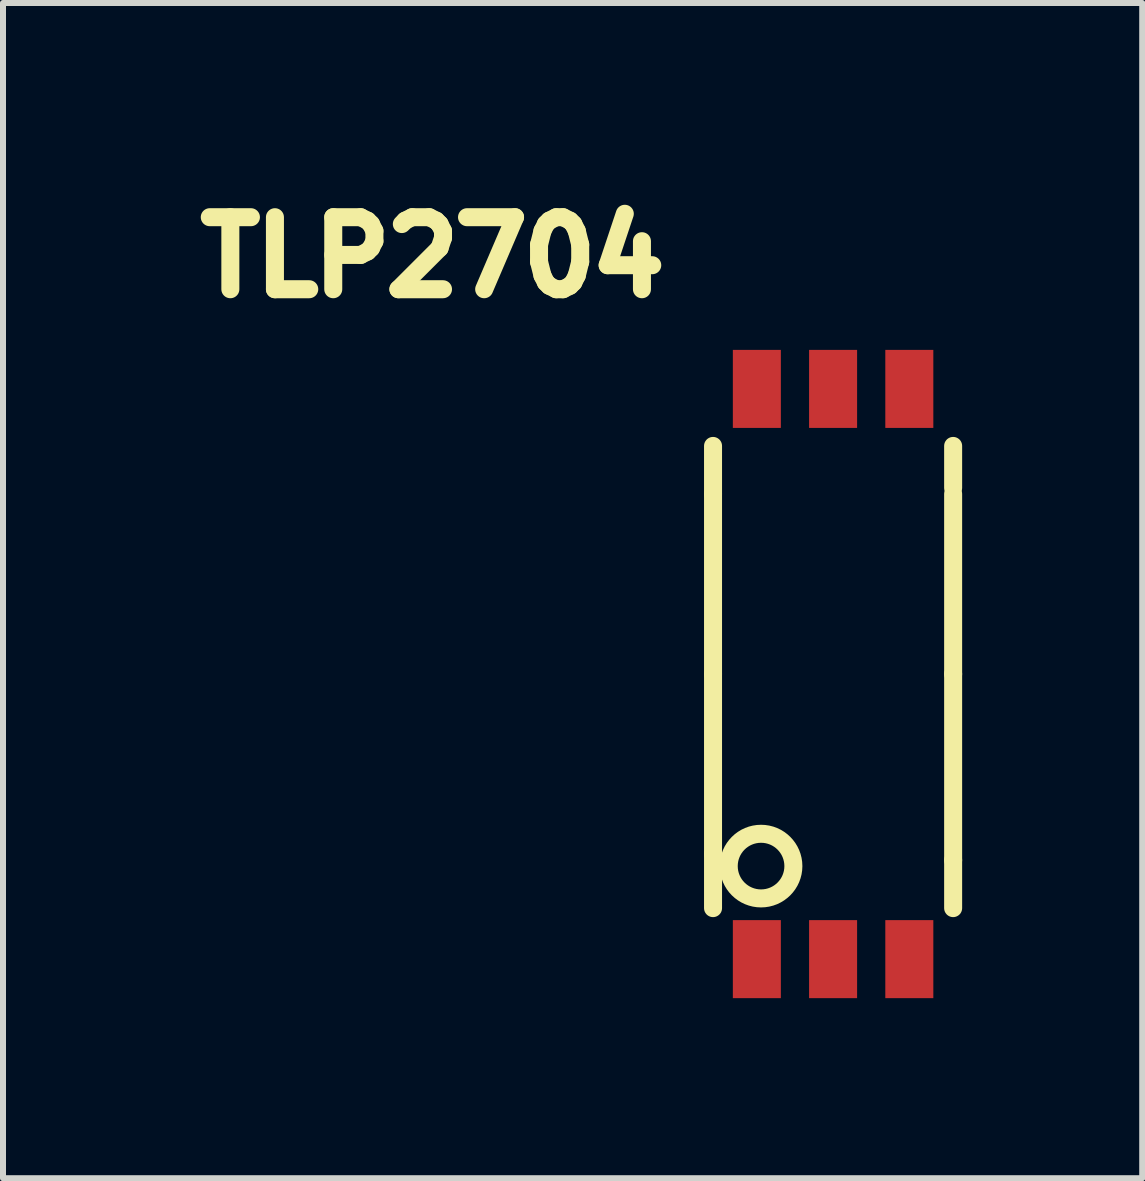
<source format=kicad_pcb>
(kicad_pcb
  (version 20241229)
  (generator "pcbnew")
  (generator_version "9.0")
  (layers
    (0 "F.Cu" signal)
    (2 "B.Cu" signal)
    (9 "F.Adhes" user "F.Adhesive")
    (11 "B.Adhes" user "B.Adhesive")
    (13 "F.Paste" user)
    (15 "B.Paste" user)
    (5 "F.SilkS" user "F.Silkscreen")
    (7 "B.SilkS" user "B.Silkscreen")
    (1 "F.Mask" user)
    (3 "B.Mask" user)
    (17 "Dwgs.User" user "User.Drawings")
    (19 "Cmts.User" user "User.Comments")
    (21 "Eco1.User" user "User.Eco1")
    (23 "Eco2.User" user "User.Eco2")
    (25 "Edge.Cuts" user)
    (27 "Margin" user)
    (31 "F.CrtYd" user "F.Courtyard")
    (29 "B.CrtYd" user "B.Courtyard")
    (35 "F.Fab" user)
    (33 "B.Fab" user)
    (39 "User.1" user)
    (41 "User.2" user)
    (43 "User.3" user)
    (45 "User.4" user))
  (footprint "TLP2704"
    (layer "F.Cu")
    (at 9.559 3.429)
    (property "Reference" "TLP2704" (at -5.4 -2.2 0) (layer "F.SilkS") (effects (font (size 1.2 1.2) (thickness 0.3))))
    (attr through_hole)
    (fp_line (start -0.73 1.75) (end -0.73 0.95) (stroke (width 0.3) (type solid)) (layer "F.SilkS"))
    (fp_line (start -0.73 4.75) (end -0.73 1.75) (stroke (width 0.3) (type solid)) (layer "F.SilkS"))
    (fp_line (start -0.73 4.75) (end -0.73 7.75) (stroke (width 0.3) (type solid)) (layer "F.SilkS"))
    (fp_line (start -0.73 7.75) (end -0.73 8.65) (stroke (width 0.3) (type solid)) (layer "F.SilkS"))
    (fp_line (start 3.27 0.95) (end 3.27 1.65) (stroke (width 0.3) (type solid)) (layer "F.SilkS"))
    (fp_line (start 3.27 4.75) (end 3.27 1.75) (stroke (width 0.3) (type solid)) (layer "F.SilkS"))
    (fp_line (start 3.27 4.75) (end 3.27 7.85) (stroke (width 0.3) (type solid)) (layer "F.SilkS"))
    (fp_line (start 3.27 8.65) (end 3.27 7.85) (stroke (width 0.3) (type solid)) (layer "F.SilkS"))
    (fp_circle (center 0.07 7.95) (end 0.57 8.15) (stroke (width 0.3) (type solid)) (fill no) (layer "F.SilkS"))
    (pad "1" smd rect (at 0 9.5) (size 0.8 1.3) (layers "F.Cu" "F.Mask" "F.Paste"))
    (pad "2" smd rect (at 1.27 9.5) (size 0.8 1.3) (layers "F.Cu" "F.Mask" "F.Paste"))
    (pad "3" smd rect (at 2.54 9.5) (size 0.8 1.3) (layers "F.Cu" "F.Mask" "F.Paste"))
    (pad "4" smd rect (at 2.54 0) (size 0.8 1.3) (layers "F.Cu" "F.Mask" "F.Paste"))
    (pad "5" smd rect (at 1.27 0) (size 0.8 1.3) (layers "F.Cu" "F.Mask" "F.Paste"))
    (pad "6" smd rect (at 0 0) (size 0.8 1.3) (layers "F.Cu" "F.Mask" "F.Paste")))
  (gr_rect
    (start -3 -3)
    (end 15.979 16.578)
    (stroke (width 0.1) (type default))
    (fill no)
    (layer "Edge.Cuts")))
</source>
